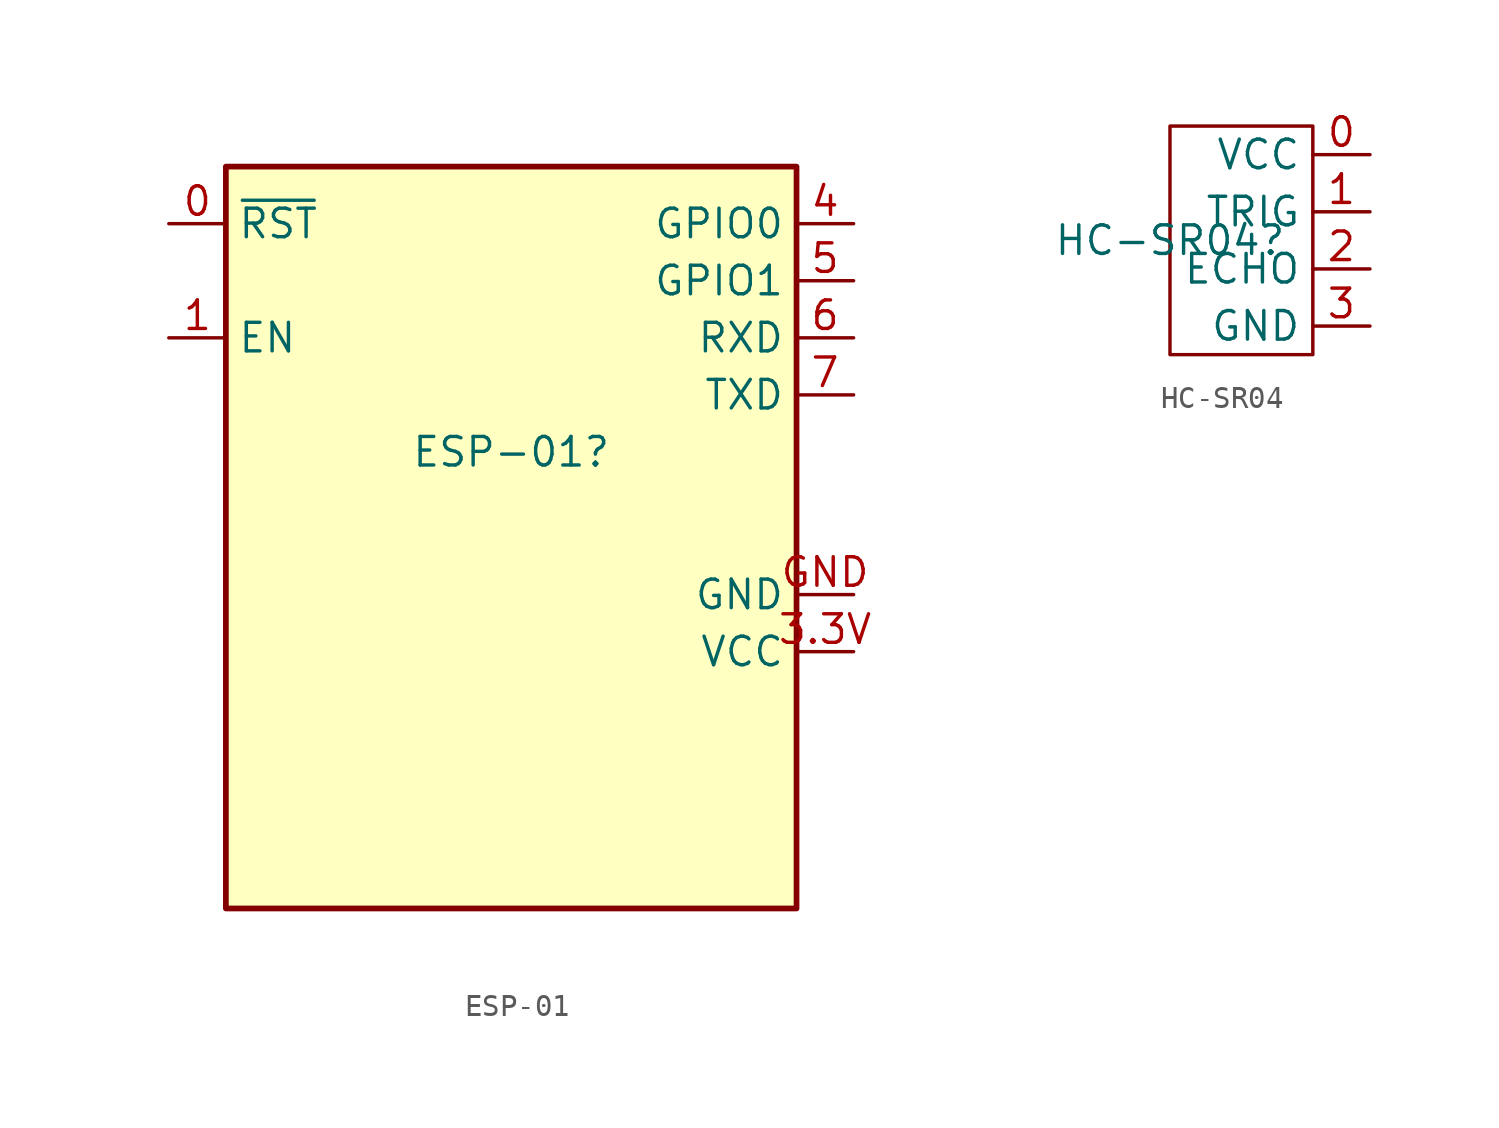
<source format=kicad_sym>
(kicad_symbol_lib
  (version 20231120)
  (generator "kicad_symbol_editor")
  (generator_version "8.0")
  (symbol "ESP-01"
    (property "Reference" "ESP-01"
      (at 0 0 0)
      (effects (font (size 1.27 1.27))))
    (property "Value" ""
      (at 0 0 0)
      (effects (font (size 1.27 1.27))))
    (symbol "ESP-01_0_1"
      (rectangle (start -12.7 12.7) (end 12.7 -20.32) (stroke (width 0.254) (type default)) (fill (type background))))
    (symbol "ESP-01_1_1"
      (pin input line (at -15.24 10.16 0) (length 2.54) (name "~{RST}" (effects (font (size 1.27 1.27)))) (number "0" (effects (font (size 1.27 1.27)))))
      (pin input line (at -15.24 5.08 0) (length 2.54) (name "EN" (effects (font (size 1.27 1.27)))) (number "1" (effects (font (size 1.27 1.27)))))
      (pin power_in line (at 15.24 -8.89 180) (length 2.54) (name "VCC" (effects (font (size 1.27 1.27)))) (number "3.3V" (effects (font (size 1.27 1.27)))))
      (pin bidirectional line (at 15.24 10.16 180) (length 2.54) (name "GPIO0" (effects (font (size 1.27 1.27)))) (number "4" (effects (font (size 1.27 1.27)))))
      (pin bidirectional line (at 15.24 7.62 180) (length 2.54) (name "GPIO1" (effects (font (size 1.27 1.27)))) (number "5" (effects (font (size 1.27 1.27)))))
      (pin bidirectional line (at 15.24 5.08 180) (length 2.54) (name "RXD" (effects (font (size 1.27 1.27)))) (number "6" (effects (font (size 1.27 1.27)))))
      (pin bidirectional line (at 15.24 2.54 180) (length 2.54) (name "TXD" (effects (font (size 1.27 1.27)))) (number "7" (effects (font (size 1.27 1.27)))))
      (pin power_in line (at 15.24 -6.35 180) (length 2.54) (name "GND" (effects (font (size 1.27 1.27)))) (number "GND" (effects (font (size 1.27 1.27)))))))
  (symbol "HC-SR04"
    (property "Reference" "HC-SR04"
      (at 0 0 0)
      (effects (font (size 1.27 1.27))))
    (property "Value" ""
      (at 0 0 0)
      (effects (font (size 1.27 1.27))))
    (symbol "HC-SR04_0_1"
      (rectangle (start 0 5.08) (end 6.35 -5.08) (stroke (width 0) (type default)) (fill (type none))))
    (symbol "HC-SR04_1_1"
      (pin power_in line (at 8.89 3.81 180) (length 2.54) (name "VCC" (effects (font (size 1.27 1.27)))) (number "0" (effects (font (size 1.27 1.27)))))
      (pin input line (at 8.89 1.27 180) (length 2.54) (name "TRIG" (effects (font (size 1.27 1.27)))) (number "1" (effects (font (size 1.27 1.27)))))
      (pin output line (at 8.89 -1.27 180) (length 2.54) (name "ECHO" (effects (font (size 1.27 1.27)))) (number "2" (effects (font (size 1.27 1.27)))))
      (pin power_in line (at 8.89 -3.81 180) (length 2.54) (name "GND" (effects (font (size 1.27 1.27)))) (number "3" (effects (font (size 1.27 1.27))))))))
</source>
